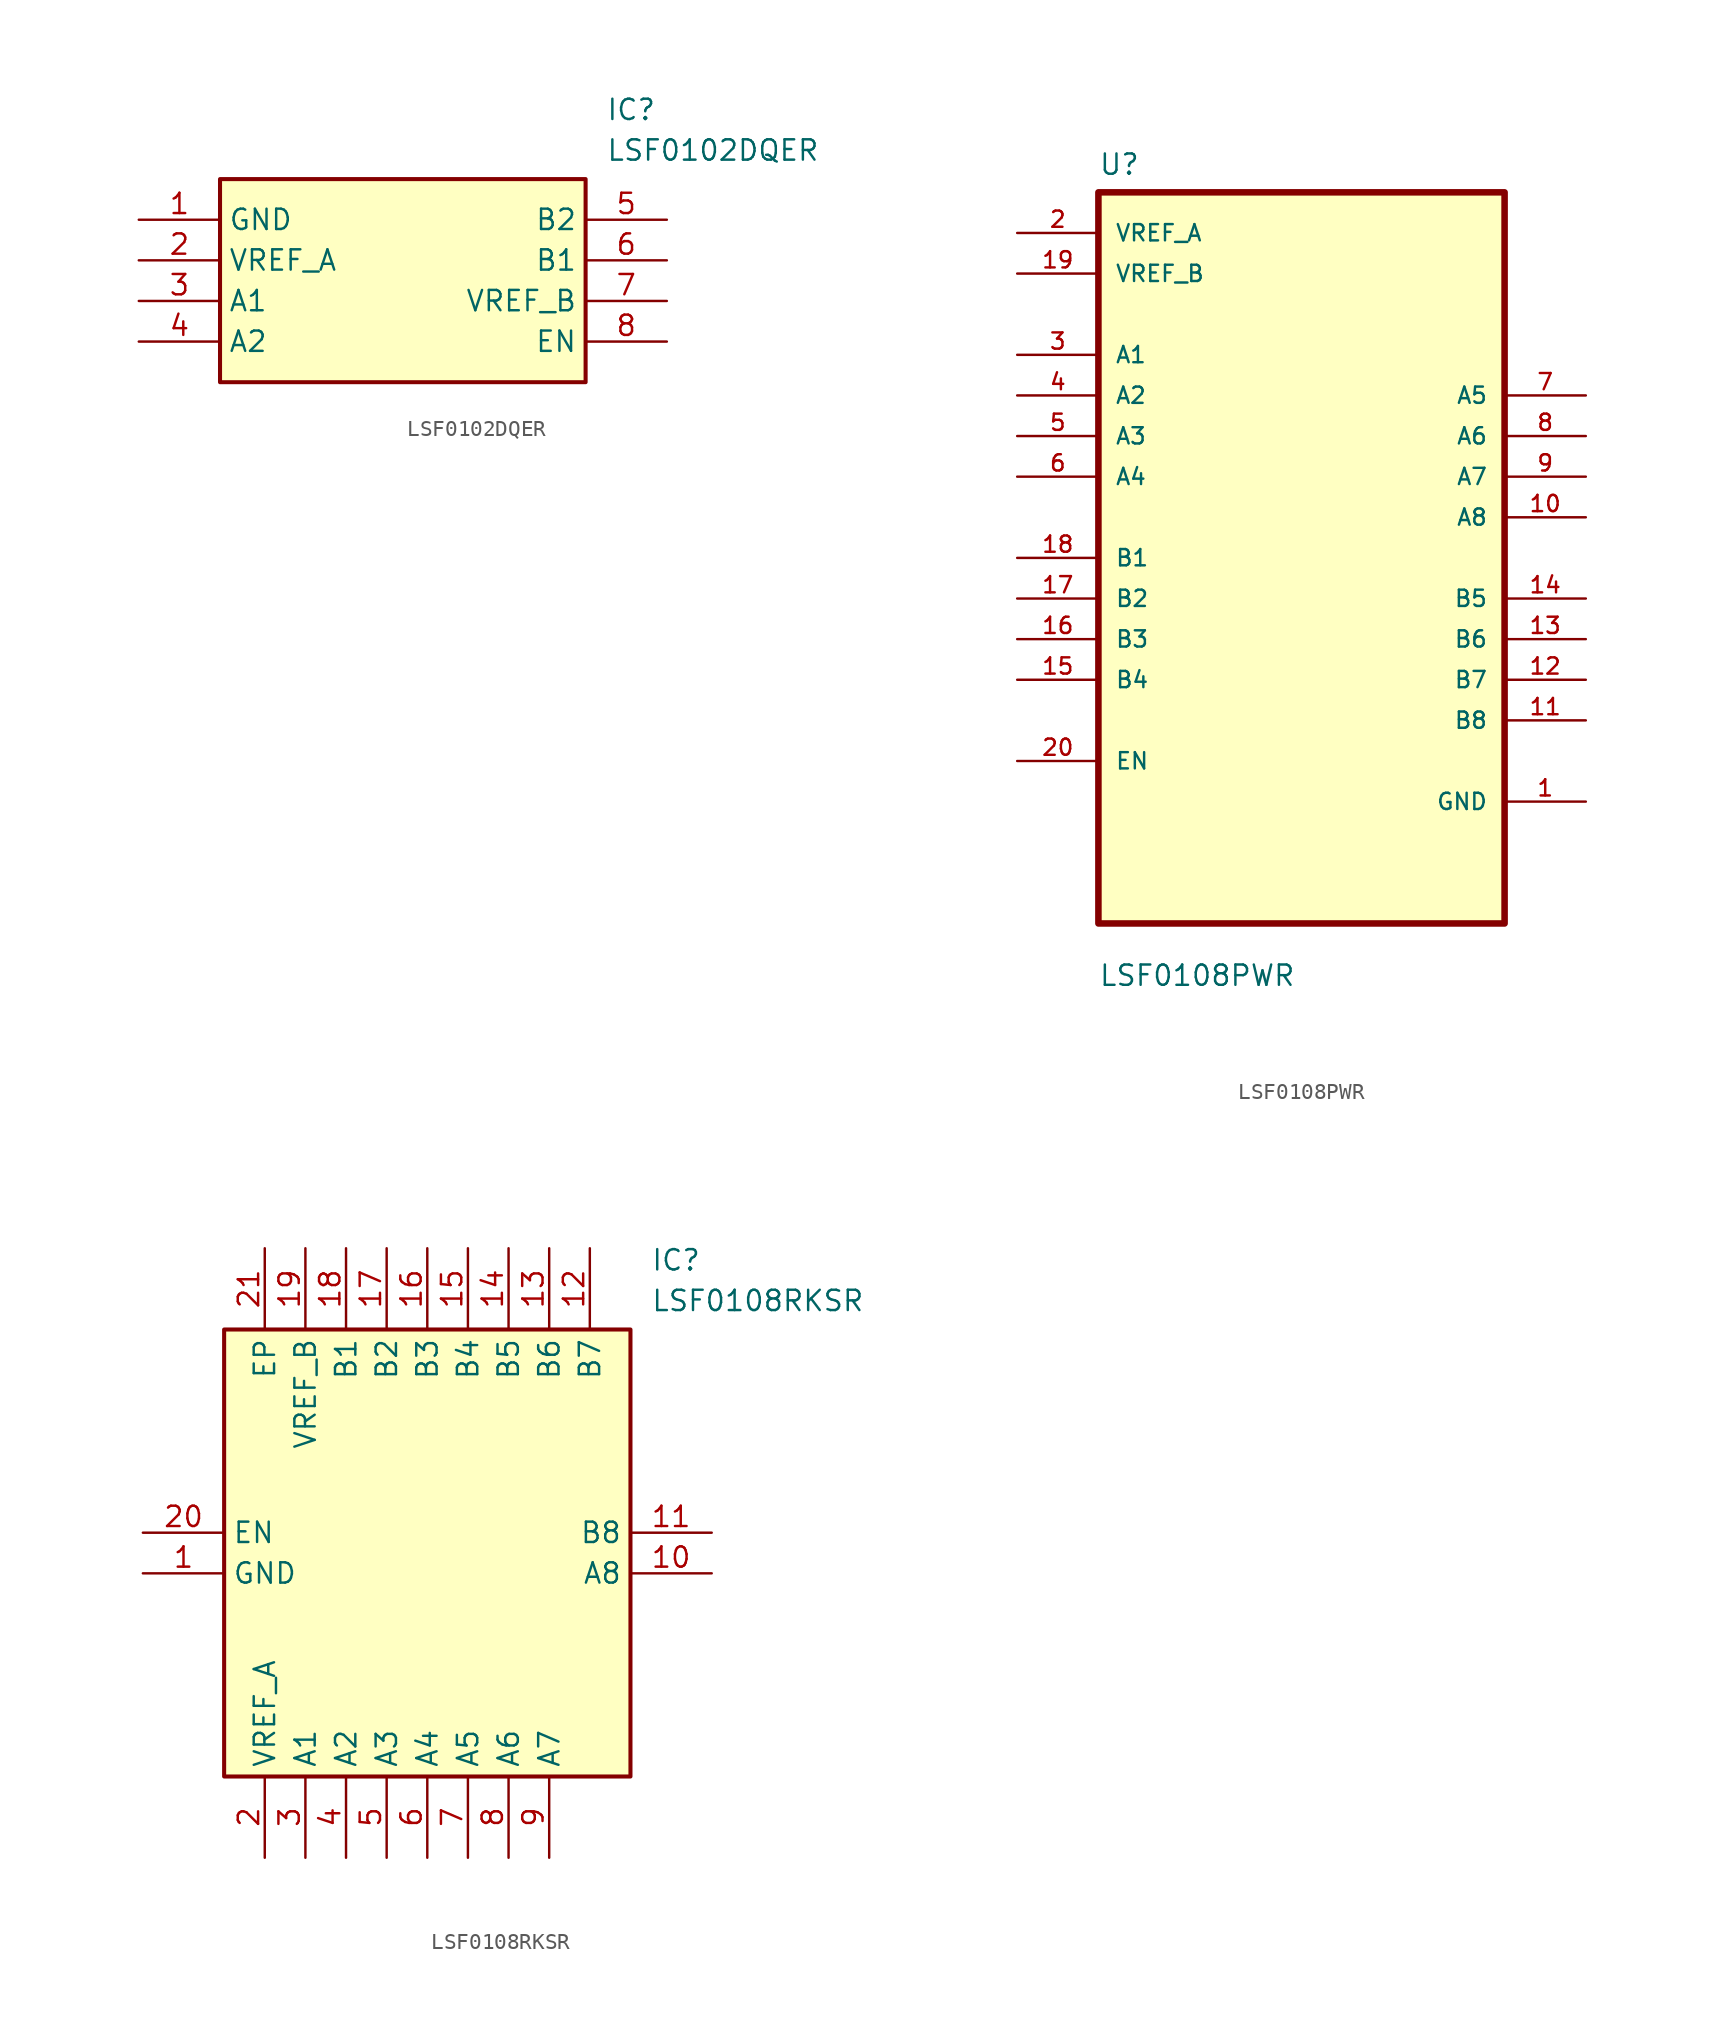
<source format=kicad_sym>
(kicad_symbol_lib
  (version 20241209)
  (generator "kicad_symbol_editor")
  (generator_version "9.0")
  (symbol "LSF0102DQER"
    (property "Reference" "IC"
      (at 29.21 7.62 0)
      (effects (font (size 1.27 1.27)) (justify left top)))
    (property "Value" "LSF0102DQER"
      (at 29.21 5.08 0)
      (effects (font (size 1.27 1.27)) (justify left top)))
    (symbol "LSF0102DQER_1_1"
      (rectangle (start 5.08 2.54) (end 27.94 -10.16) (stroke (width 0.254) (type default)) (fill (type background)))
      (pin passive line (at 0 0 0) (length 5.08) (name "GND" (effects (font (size 1.27 1.27)))) (number "1" (effects (font (size 1.27 1.27)))))
      (pin passive line (at 0 -2.54 0) (length 5.08) (name "VREF_A" (effects (font (size 1.27 1.27)))) (number "2" (effects (font (size 1.27 1.27)))))
      (pin passive line (at 0 -5.08 0) (length 5.08) (name "A1" (effects (font (size 1.27 1.27)))) (number "3" (effects (font (size 1.27 1.27)))))
      (pin passive line (at 0 -7.62 0) (length 5.08) (name "A2" (effects (font (size 1.27 1.27)))) (number "4" (effects (font (size 1.27 1.27)))))
      (pin passive line (at 33.02 0 180) (length 5.08) (name "B2" (effects (font (size 1.27 1.27)))) (number "5" (effects (font (size 1.27 1.27)))))
      (pin passive line (at 33.02 -2.54 180) (length 5.08) (name "B1" (effects (font (size 1.27 1.27)))) (number "6" (effects (font (size 1.27 1.27)))))
      (pin passive line (at 33.02 -5.08 180) (length 5.08) (name "VREF_B" (effects (font (size 1.27 1.27)))) (number "7" (effects (font (size 1.27 1.27)))))
      (pin passive line (at 33.02 -7.62 180) (length 5.08) (name "EN" (effects (font (size 1.27 1.27)))) (number "8" (effects (font (size 1.27 1.27)))))))
  (symbol "LSF0108PWR"
    (pin_names
      (offset 1.016))
    (property "Reference" "U"
      (at -12.7 23.86 0)
      (effects (font (size 1.27 1.27)) (justify left bottom)))
    (property "Value" "LSF0108PWR"
      (at -12.7 -26.86 0)
      (effects (font (size 1.27 1.27)) (justify left bottom)))
    (symbol "LSF0108PWR_0_0"
      (rectangle (start -12.7 -22.86) (end 12.7 22.86) (stroke (width 0.41) (type default)) (fill (type background)))
      (pin input line (at -17.78 20.32 0) (length 5.08) (name "VREF_A" (effects (font (size 1.016 1.016)))) (number "2" (effects (font (size 1.016 1.016)))))
      (pin input line (at -17.78 17.78 0) (length 5.08) (name "VREF_B" (effects (font (size 1.016 1.016)))) (number "19" (effects (font (size 1.016 1.016)))))
      (pin bidirectional line (at -17.78 12.7 0) (length 5.08) (name "A1" (effects (font (size 1.016 1.016)))) (number "3" (effects (font (size 1.016 1.016)))))
      (pin bidirectional line (at -17.78 10.16 0) (length 5.08) (name "A2" (effects (font (size 1.016 1.016)))) (number "4" (effects (font (size 1.016 1.016)))))
      (pin bidirectional line (at -17.78 7.62 0) (length 5.08) (name "A3" (effects (font (size 1.016 1.016)))) (number "5" (effects (font (size 1.016 1.016)))))
      (pin bidirectional line (at -17.78 5.08 0) (length 5.08) (name "A4" (effects (font (size 1.016 1.016)))) (number "6" (effects (font (size 1.016 1.016)))))
      (pin bidirectional line (at -17.78 0 0) (length 5.08) (name "B1" (effects (font (size 1.016 1.016)))) (number "18" (effects (font (size 1.016 1.016)))))
      (pin bidirectional line (at -17.78 -2.54 0) (length 5.08) (name "B2" (effects (font (size 1.016 1.016)))) (number "17" (effects (font (size 1.016 1.016)))))
      (pin bidirectional line (at -17.78 -5.08 0) (length 5.08) (name "B3" (effects (font (size 1.016 1.016)))) (number "16" (effects (font (size 1.016 1.016)))))
      (pin bidirectional line (at -17.78 -7.62 0) (length 5.08) (name "B4" (effects (font (size 1.016 1.016)))) (number "15" (effects (font (size 1.016 1.016)))))
      (pin bidirectional line (at -17.78 -12.7 0) (length 5.08) (name "EN" (effects (font (size 1.016 1.016)))) (number "20" (effects (font (size 1.016 1.016)))))
      (pin bidirectional line (at 17.78 10.16 180) (length 5.08) (name "A5" (effects (font (size 1.016 1.016)))) (number "7" (effects (font (size 1.016 1.016)))))
      (pin bidirectional line (at 17.78 7.62 180) (length 5.08) (name "A6" (effects (font (size 1.016 1.016)))) (number "8" (effects (font (size 1.016 1.016)))))
      (pin bidirectional line (at 17.78 5.08 180) (length 5.08) (name "A7" (effects (font (size 1.016 1.016)))) (number "9" (effects (font (size 1.016 1.016)))))
      (pin bidirectional line (at 17.78 2.54 180) (length 5.08) (name "A8" (effects (font (size 1.016 1.016)))) (number "10" (effects (font (size 1.016 1.016)))))
      (pin bidirectional line (at 17.78 -2.54 180) (length 5.08) (name "B5" (effects (font (size 1.016 1.016)))) (number "14" (effects (font (size 1.016 1.016)))))
      (pin bidirectional line (at 17.78 -5.08 180) (length 5.08) (name "B6" (effects (font (size 1.016 1.016)))) (number "13" (effects (font (size 1.016 1.016)))))
      (pin bidirectional line (at 17.78 -7.62 180) (length 5.08) (name "B7" (effects (font (size 1.016 1.016)))) (number "12" (effects (font (size 1.016 1.016)))))
      (pin bidirectional line (at 17.78 -10.16 180) (length 5.08) (name "B8" (effects (font (size 1.016 1.016)))) (number "11" (effects (font (size 1.016 1.016)))))
      (pin power_in line (at 17.78 -15.24 180) (length 5.08) (name "GND" (effects (font (size 1.016 1.016)))) (number "1" (effects (font (size 1.016 1.016)))))))
  (symbol "LSF0108RKSR"
    (property "Reference" "IC"
      (at 31.75 17.78 0)
      (effects (font (size 1.27 1.27)) (justify left top)))
    (property "Value" "LSF0108RKSR"
      (at 31.75 15.24 0)
      (effects (font (size 1.27 1.27)) (justify left top)))
    (symbol "LSF0108RKSR_1_1"
      (rectangle (start 5.08 12.7) (end 30.48 -15.24) (stroke (width 0.254) (type default)) (fill (type background)))
      (pin input line (at 0 0 0) (length 5.08) (name "EN" (effects (font (size 1.27 1.27)))) (number "20" (effects (font (size 1.27 1.27)))))
      (pin power_in line (at 0 -2.54 0) (length 5.08) (name "GND" (effects (font (size 1.27 1.27)))) (number "1" (effects (font (size 1.27 1.27)))))
      (pin passive line (at 7.62 17.78 270) (length 5.08) (name "EP" (effects (font (size 1.27 1.27)))) (number "21" (effects (font (size 1.27 1.27)))))
      (pin power_in line (at 7.62 -20.32 90) (length 5.08) (name "VREF_A" (effects (font (size 1.27 1.27)))) (number "2" (effects (font (size 1.27 1.27)))))
      (pin power_in line (at 10.16 17.78 270) (length 5.08) (name "VREF_B" (effects (font (size 1.27 1.27)))) (number "19" (effects (font (size 1.27 1.27)))))
      (pin passive line (at 10.16 -20.32 90) (length 5.08) (name "A1" (effects (font (size 1.27 1.27)))) (number "3" (effects (font (size 1.27 1.27)))))
      (pin passive line (at 12.7 17.78 270) (length 5.08) (name "B1" (effects (font (size 1.27 1.27)))) (number "18" (effects (font (size 1.27 1.27)))))
      (pin passive line (at 12.7 -20.32 90) (length 5.08) (name "A2" (effects (font (size 1.27 1.27)))) (number "4" (effects (font (size 1.27 1.27)))))
      (pin passive line (at 15.24 17.78 270) (length 5.08) (name "B2" (effects (font (size 1.27 1.27)))) (number "17" (effects (font (size 1.27 1.27)))))
      (pin passive line (at 15.24 -20.32 90) (length 5.08) (name "A3" (effects (font (size 1.27 1.27)))) (number "5" (effects (font (size 1.27 1.27)))))
      (pin passive line (at 17.78 17.78 270) (length 5.08) (name "B3" (effects (font (size 1.27 1.27)))) (number "16" (effects (font (size 1.27 1.27)))))
      (pin passive line (at 17.78 -20.32 90) (length 5.08) (name "A4" (effects (font (size 1.27 1.27)))) (number "6" (effects (font (size 1.27 1.27)))))
      (pin passive line (at 20.32 17.78 270) (length 5.08) (name "B4" (effects (font (size 1.27 1.27)))) (number "15" (effects (font (size 1.27 1.27)))))
      (pin passive line (at 20.32 -20.32 90) (length 5.08) (name "A5" (effects (font (size 1.27 1.27)))) (number "7" (effects (font (size 1.27 1.27)))))
      (pin passive line (at 22.86 17.78 270) (length 5.08) (name "B5" (effects (font (size 1.27 1.27)))) (number "14" (effects (font (size 1.27 1.27)))))
      (pin passive line (at 22.86 -20.32 90) (length 5.08) (name "A6" (effects (font (size 1.27 1.27)))) (number "8" (effects (font (size 1.27 1.27)))))
      (pin passive line (at 25.4 17.78 270) (length 5.08) (name "B6" (effects (font (size 1.27 1.27)))) (number "13" (effects (font (size 1.27 1.27)))))
      (pin passive line (at 25.4 -20.32 90) (length 5.08) (name "A7" (effects (font (size 1.27 1.27)))) (number "9" (effects (font (size 1.27 1.27)))))
      (pin passive line (at 27.94 17.78 270) (length 5.08) (name "B7" (effects (font (size 1.27 1.27)))) (number "12" (effects (font (size 1.27 1.27)))))
      (pin passive line (at 35.56 0 180) (length 5.08) (name "B8" (effects (font (size 1.27 1.27)))) (number "11" (effects (font (size 1.27 1.27)))))
      (pin passive line (at 35.56 -2.54 180) (length 5.08) (name "A8" (effects (font (size 1.27 1.27)))) (number "10" (effects (font (size 1.27 1.27))))))))
</source>
